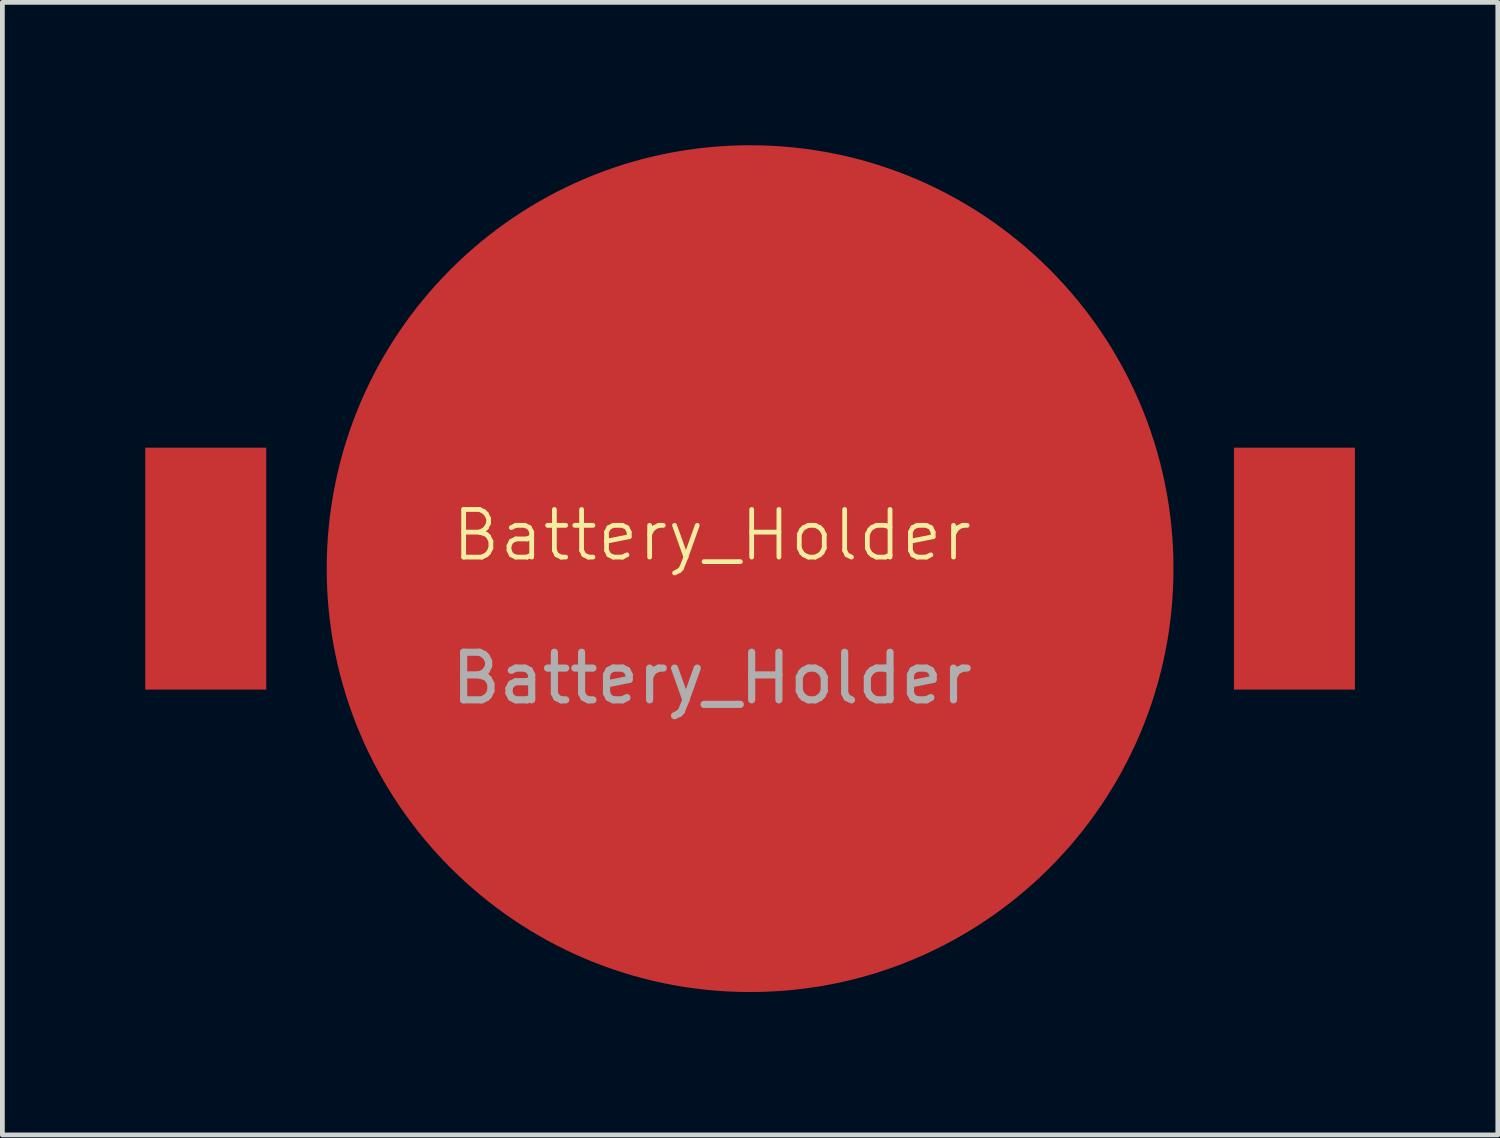
<source format=kicad_pcb>
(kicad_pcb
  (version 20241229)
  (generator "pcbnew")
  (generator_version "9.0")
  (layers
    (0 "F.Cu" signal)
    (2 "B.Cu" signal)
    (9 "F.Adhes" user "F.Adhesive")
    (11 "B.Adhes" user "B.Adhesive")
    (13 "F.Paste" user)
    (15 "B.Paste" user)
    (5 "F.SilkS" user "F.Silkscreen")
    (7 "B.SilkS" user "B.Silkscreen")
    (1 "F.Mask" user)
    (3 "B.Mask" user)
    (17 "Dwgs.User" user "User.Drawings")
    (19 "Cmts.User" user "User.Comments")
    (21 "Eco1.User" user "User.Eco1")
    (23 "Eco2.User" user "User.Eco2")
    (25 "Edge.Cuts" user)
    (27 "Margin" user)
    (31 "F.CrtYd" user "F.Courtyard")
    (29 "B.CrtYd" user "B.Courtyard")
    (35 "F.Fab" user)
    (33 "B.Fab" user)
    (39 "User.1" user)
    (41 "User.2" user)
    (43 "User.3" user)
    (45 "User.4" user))
  (footprint "Battery_Holder"
    (layer "F.Cu")
    (at 11.9 8.69)
    (property "Reference" "Battery_Holder" (at 0 -0.5 0) (unlocked yes) (layer "F.SilkS") (effects (font (size 1 1) (thickness 0.1))))
    (attr smd)
    (fp_text user "${REFERENCE}" (at 0 2.5 0) (unlocked yes) (layer "F.Fab") (effects (font (size 1 1) (thickness 0.15))))
    (pad "1" smd circle (at 0.8 0.2) (size 17.78 17.78) (layers "F.Cu" "F.Mask" "F.Paste"))
    (pad "2" smd rect (at -10.63 0.2) (size 2.54 5.08) (layers "F.Cu" "F.Mask" "F.Paste"))
    (pad "2" smd rect (at 12.23 0.2) (size 2.54 5.08) (layers "F.Cu" "F.Mask" "F.Paste")))
  (gr_rect
    (start -3 -3)
    (end 28.4 20.78)
    (stroke (width 0.1) (type default))
    (fill no)
    (layer "Edge.Cuts")))
</source>
